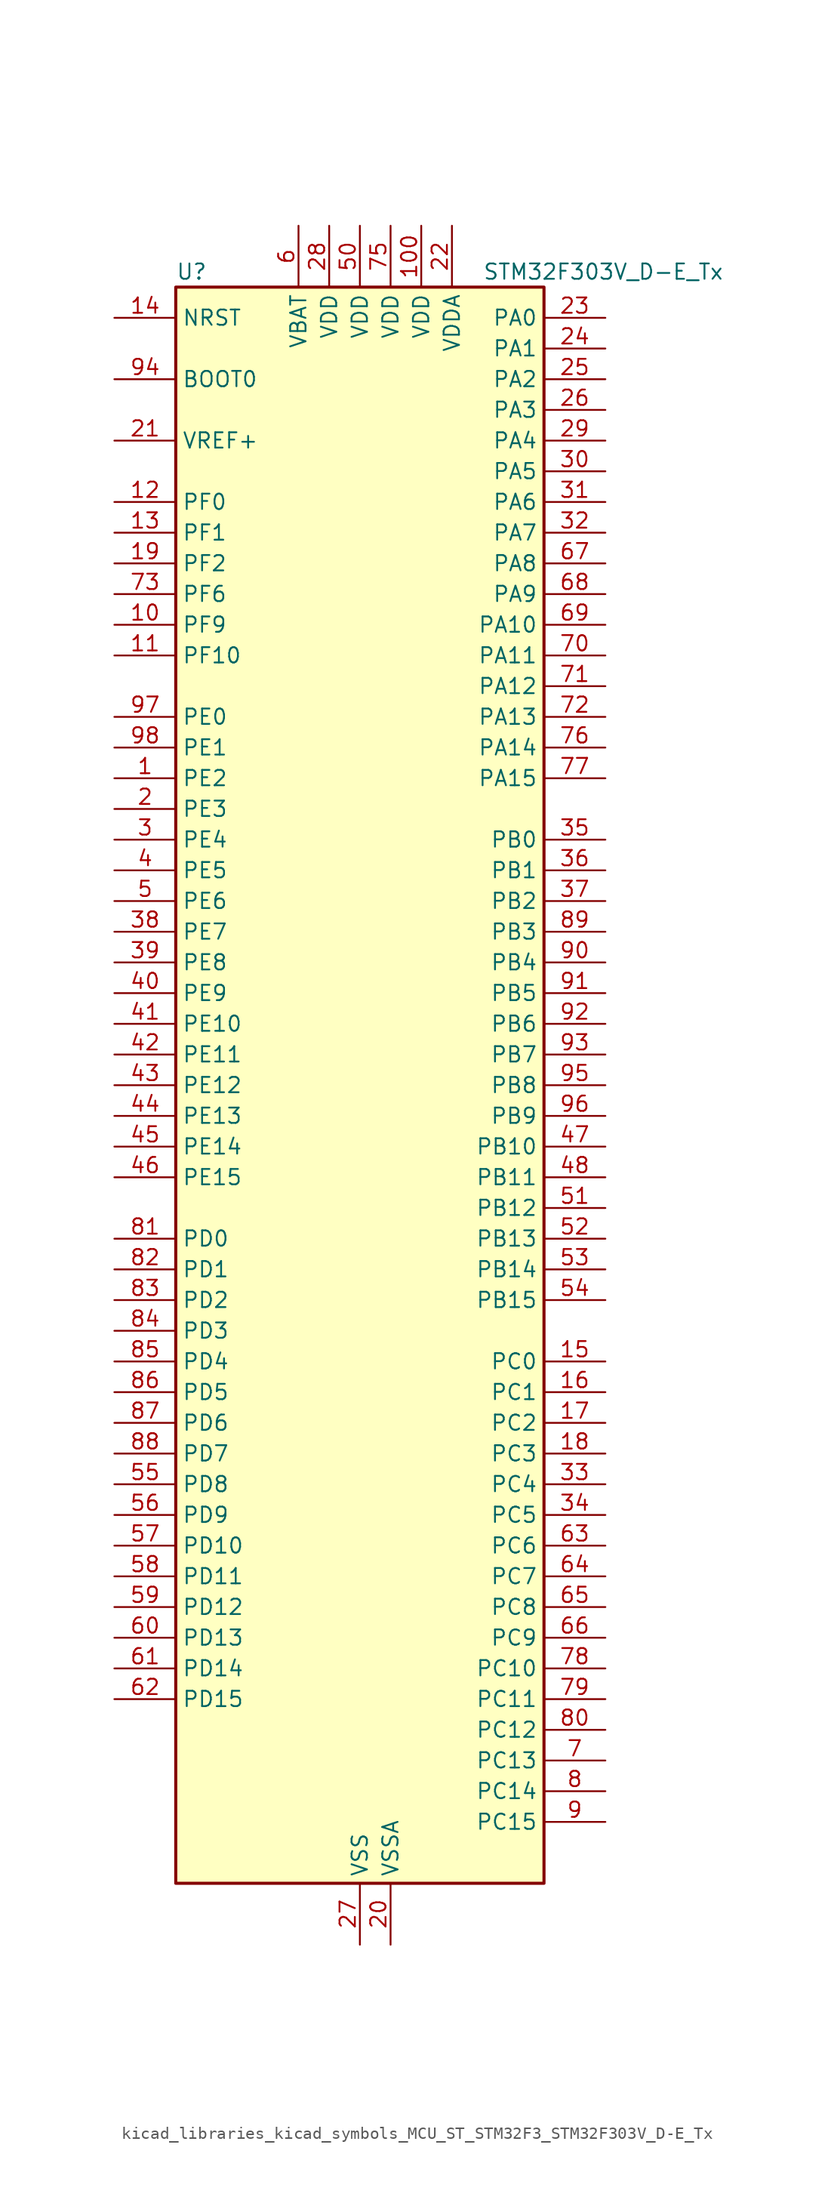
<source format=kicad_sym>
(kicad_symbol_lib
  (version 20220914)
  (generator kicad_symbol_editor)
  (symbol "kicad_libraries_kicad_symbols_MCU_ST_STM32F3_STM32F303V_D-E_Tx"
    (property "Reference" "U"
      (at -15.24 67.31 0)
      (effects (font (size 1.27 1.27)) (justify left)))
    (property "Value" "STM32F303V_D-E_Tx"
      (at 10.16 67.31 0)
      (effects (font (size 1.27 1.27)) (justify left)))
    (property "ki_locked" ""
      (at 0 0 0)
      (effects (font (size 1.27 1.27))))
    (symbol "kicad_libraries_kicad_symbols_MCU_ST_STM32F3_STM32F303V_D-E_Tx_0_1"
      (rectangle (start -15.24 -66.04) (end 15.24 66.04) (stroke (width 0.254) (type default)) (fill (type background))))
    (symbol "kicad_libraries_kicad_symbols_MCU_ST_STM32F3_STM32F303V_D-E_Tx_1_1"
      (pin bidirectional line (at -20.32 25.4 0) (length 5.08) (name "PE2" (effects (font (size 1.27 1.27)))) (number "1" (effects (font (size 1.27 1.27)))) (alternate "ADC3_EXTI2" bidirectional line) (alternate "ADC4_EXTI2" bidirectional line) (alternate "FMC_A23" bidirectional line) (alternate "SPI4_SCK" bidirectional line) (alternate "SYS_TRACECK" bidirectional line) (alternate "TIM20_CH1" bidirectional line) (alternate "TIM3_CH1" bidirectional line) (alternate "TSC_G7_IO1" bidirectional line))
      (pin bidirectional line (at -20.32 38.1 0) (length 5.08) (name "PF9" (effects (font (size 1.27 1.27)))) (number "10" (effects (font (size 1.27 1.27)))) (alternate "DAC1_EXTI9" bidirectional line) (alternate "FMC_CD" bidirectional line) (alternate "SPI2_SCK" bidirectional line) (alternate "TIM15_CH1" bidirectional line) (alternate "TIM20_BKIN" bidirectional line))
      (pin power_in line (at 5.08 71.12 270) (length 5.08) (name "VDD" (effects (font (size 1.27 1.27)))) (number "100" (effects (font (size 1.27 1.27)))))
      (pin bidirectional line (at -20.32 35.56 0) (length 5.08) (name "PF10" (effects (font (size 1.27 1.27)))) (number "11" (effects (font (size 1.27 1.27)))) (alternate "FMC_INTR" bidirectional line) (alternate "SPI2_SCK" bidirectional line) (alternate "TIM15_CH2" bidirectional line) (alternate "TIM20_BKIN2" bidirectional line))
      (pin bidirectional line (at -20.32 48.26 0) (length 5.08) (name "PF0" (effects (font (size 1.27 1.27)))) (number "12" (effects (font (size 1.27 1.27)))) (alternate "I2C2_SDA" bidirectional line) (alternate "I2S2_WS" bidirectional line) (alternate "RCC_OSC_IN" bidirectional line) (alternate "SPI2_NSS" bidirectional line) (alternate "TIM1_CH3N" bidirectional line))
      (pin bidirectional line (at -20.32 45.72 0) (length 5.08) (name "PF1" (effects (font (size 1.27 1.27)))) (number "13" (effects (font (size 1.27 1.27)))) (alternate "I2C2_SCL" bidirectional line) (alternate "I2S2_CK" bidirectional line) (alternate "RCC_OSC_OUT" bidirectional line) (alternate "SPI2_SCK" bidirectional line))
      (pin input line (at -20.32 63.5 0) (length 5.08) (name "NRST" (effects (font (size 1.27 1.27)))) (number "14" (effects (font (size 1.27 1.27)))))
      (pin bidirectional line (at 20.32 -22.86 180) (length 5.08) (name "PC0" (effects (font (size 1.27 1.27)))) (number "15" (effects (font (size 1.27 1.27)))) (alternate "ADC1_IN6" bidirectional line) (alternate "ADC2_IN6" bidirectional line) (alternate "COMP7_INM" bidirectional line) (alternate "TIM1_CH1" bidirectional line))
      (pin bidirectional line (at 20.32 -25.4 180) (length 5.08) (name "PC1" (effects (font (size 1.27 1.27)))) (number "16" (effects (font (size 1.27 1.27)))) (alternate "ADC1_IN7" bidirectional line) (alternate "ADC2_IN7" bidirectional line) (alternate "COMP7_INP" bidirectional line) (alternate "TIM1_CH2" bidirectional line))
      (pin bidirectional line (at 20.32 -27.94 180) (length 5.08) (name "PC2" (effects (font (size 1.27 1.27)))) (number "17" (effects (font (size 1.27 1.27)))) (alternate "ADC1_IN8" bidirectional line) (alternate "ADC2_IN8" bidirectional line) (alternate "ADC3_EXTI2" bidirectional line) (alternate "ADC4_EXTI2" bidirectional line) (alternate "COMP7_OUT" bidirectional line) (alternate "TIM1_CH3" bidirectional line))
      (pin bidirectional line (at 20.32 -30.48 180) (length 5.08) (name "PC3" (effects (font (size 1.27 1.27)))) (number "18" (effects (font (size 1.27 1.27)))) (alternate "ADC1_IN9" bidirectional line) (alternate "ADC2_IN9" bidirectional line) (alternate "TIM1_BKIN2" bidirectional line) (alternate "TIM1_CH4" bidirectional line))
      (pin bidirectional line (at -20.32 43.18 0) (length 5.08) (name "PF2" (effects (font (size 1.27 1.27)))) (number "19" (effects (font (size 1.27 1.27)))) (alternate "ADC1_IN10" bidirectional line) (alternate "ADC2_IN10" bidirectional line) (alternate "ADC3_EXTI2" bidirectional line) (alternate "ADC4_EXTI2" bidirectional line) (alternate "FMC_A2" bidirectional line) (alternate "TIM20_CH3" bidirectional line))
      (pin bidirectional line (at -20.32 22.86 0) (length 5.08) (name "PE3" (effects (font (size 1.27 1.27)))) (number "2" (effects (font (size 1.27 1.27)))) (alternate "FMC_A19" bidirectional line) (alternate "SPI4_NSS" bidirectional line) (alternate "SYS_TRACED0" bidirectional line) (alternate "TIM20_CH2" bidirectional line) (alternate "TIM3_CH2" bidirectional line) (alternate "TSC_G7_IO2" bidirectional line))
      (pin power_in line (at 2.54 -71.12 90) (length 5.08) (name "VSSA" (effects (font (size 1.27 1.27)))) (number "20" (effects (font (size 1.27 1.27)))))
      (pin input line (at -20.32 53.34 0) (length 5.08) (name "VREF+" (effects (font (size 1.27 1.27)))) (number "21" (effects (font (size 1.27 1.27)))))
      (pin power_in line (at 7.62 71.12 270) (length 5.08) (name "VDDA" (effects (font (size 1.27 1.27)))) (number "22" (effects (font (size 1.27 1.27)))))
      (pin bidirectional line (at 20.32 63.5 180) (length 5.08) (name "PA0" (effects (font (size 1.27 1.27)))) (number "23" (effects (font (size 1.27 1.27)))) (alternate "ADC1_IN1" bidirectional line) (alternate "COMP1_INM" bidirectional line) (alternate "COMP1_OUT" bidirectional line) (alternate "RTC_TAMP2" bidirectional line) (alternate "SYS_WKUP1" bidirectional line) (alternate "TIM2_CH1" bidirectional line) (alternate "TIM2_ETR" bidirectional line) (alternate "TIM8_BKIN" bidirectional line) (alternate "TIM8_ETR" bidirectional line) (alternate "TSC_G1_IO1" bidirectional line) (alternate "USART2_CTS" bidirectional line))
      (pin bidirectional line (at 20.32 60.96 180) (length 5.08) (name "PA1" (effects (font (size 1.27 1.27)))) (number "24" (effects (font (size 1.27 1.27)))) (alternate "ADC1_IN2" bidirectional line) (alternate "COMP1_INP" bidirectional line) (alternate "OPAMP1_VINP" bidirectional line) (alternate "OPAMP1_VINP_SEC" bidirectional line) (alternate "OPAMP3_VINP" bidirectional line) (alternate "OPAMP3_VINP_SEC" bidirectional line) (alternate "RTC_REFIN" bidirectional line) (alternate "TIM15_CH1N" bidirectional line) (alternate "TIM2_CH2" bidirectional line) (alternate "TSC_G1_IO2" bidirectional line) (alternate "USART2_DE" bidirectional line) (alternate "USART2_RTS" bidirectional line))
      (pin bidirectional line (at 20.32 58.42 180) (length 5.08) (name "PA2" (effects (font (size 1.27 1.27)))) (number "25" (effects (font (size 1.27 1.27)))) (alternate "ADC1_IN3" bidirectional line) (alternate "ADC3_EXTI2" bidirectional line) (alternate "ADC4_EXTI2" bidirectional line) (alternate "COMP2_INM" bidirectional line) (alternate "COMP2_OUT" bidirectional line) (alternate "OPAMP1_VOUT" bidirectional line) (alternate "TIM15_CH1" bidirectional line) (alternate "TIM2_CH3" bidirectional line) (alternate "TSC_G1_IO3" bidirectional line) (alternate "USART2_TX" bidirectional line))
      (pin bidirectional line (at 20.32 55.88 180) (length 5.08) (name "PA3" (effects (font (size 1.27 1.27)))) (number "26" (effects (font (size 1.27 1.27)))) (alternate "ADC1_IN4" bidirectional line) (alternate "OPAMP1_VINM" bidirectional line) (alternate "OPAMP1_VINM_SEC" bidirectional line) (alternate "OPAMP1_VINP" bidirectional line) (alternate "OPAMP1_VINP_SEC" bidirectional line) (alternate "TIM15_CH2" bidirectional line) (alternate "TIM2_CH4" bidirectional line) (alternate "TSC_G1_IO4" bidirectional line) (alternate "USART2_RX" bidirectional line))
      (pin power_in line (at 0 -71.12 90) (length 5.08) (name "VSS" (effects (font (size 1.27 1.27)))) (number "27" (effects (font (size 1.27 1.27)))))
      (pin power_in line (at -2.54 71.12 270) (length 5.08) (name "VDD" (effects (font (size 1.27 1.27)))) (number "28" (effects (font (size 1.27 1.27)))))
      (pin bidirectional line (at 20.32 53.34 180) (length 5.08) (name "PA4" (effects (font (size 1.27 1.27)))) (number "29" (effects (font (size 1.27 1.27)))) (alternate "ADC2_IN1" bidirectional line) (alternate "COMP1_INM" bidirectional line) (alternate "COMP2_INM" bidirectional line) (alternate "COMP3_INM" bidirectional line) (alternate "COMP4_INM" bidirectional line) (alternate "COMP5_INM" bidirectional line) (alternate "COMP6_INM" bidirectional line) (alternate "COMP7_INM" bidirectional line) (alternate "DAC1_OUT1" bidirectional line) (alternate "I2S3_WS" bidirectional line) (alternate "OPAMP4_VINP" bidirectional line) (alternate "OPAMP4_VINP_SEC" bidirectional line) (alternate "SPI1_NSS" bidirectional line) (alternate "SPI3_NSS" bidirectional line) (alternate "TIM3_CH2" bidirectional line) (alternate "TSC_G2_IO1" bidirectional line) (alternate "USART2_CK" bidirectional line))
      (pin bidirectional line (at -20.32 20.32 0) (length 5.08) (name "PE4" (effects (font (size 1.27 1.27)))) (number "3" (effects (font (size 1.27 1.27)))) (alternate "FMC_A20" bidirectional line) (alternate "SPI4_NSS" bidirectional line) (alternate "SYS_TRACED1" bidirectional line) (alternate "TIM20_CH1N" bidirectional line) (alternate "TIM3_CH3" bidirectional line) (alternate "TSC_G7_IO3" bidirectional line))
      (pin bidirectional line (at 20.32 50.8 180) (length 5.08) (name "PA5" (effects (font (size 1.27 1.27)))) (number "30" (effects (font (size 1.27 1.27)))) (alternate "ADC2_IN2" bidirectional line) (alternate "COMP1_INM" bidirectional line) (alternate "COMP2_INM" bidirectional line) (alternate "COMP3_INM" bidirectional line) (alternate "COMP4_INM" bidirectional line) (alternate "COMP5_INM" bidirectional line) (alternate "COMP6_INM" bidirectional line) (alternate "COMP7_INM" bidirectional line) (alternate "DAC1_OUT2" bidirectional line) (alternate "OPAMP1_VINP" bidirectional line) (alternate "OPAMP1_VINP_SEC" bidirectional line) (alternate "OPAMP2_VINM" bidirectional line) (alternate "OPAMP2_VINM_SEC" bidirectional line) (alternate "OPAMP3_VINP" bidirectional line) (alternate "OPAMP3_VINP_SEC" bidirectional line) (alternate "SPI1_SCK" bidirectional line) (alternate "TIM2_CH1" bidirectional line) (alternate "TIM2_ETR" bidirectional line) (alternate "TSC_G2_IO2" bidirectional line))
      (pin bidirectional line (at 20.32 48.26 180) (length 5.08) (name "PA6" (effects (font (size 1.27 1.27)))) (number "31" (effects (font (size 1.27 1.27)))) (alternate "ADC2_IN3" bidirectional line) (alternate "COMP1_OUT" bidirectional line) (alternate "OPAMP2_VOUT" bidirectional line) (alternate "SPI1_MISO" bidirectional line) (alternate "TIM16_CH1" bidirectional line) (alternate "TIM1_BKIN" bidirectional line) (alternate "TIM3_CH1" bidirectional line) (alternate "TIM8_BKIN" bidirectional line) (alternate "TSC_G2_IO3" bidirectional line))
      (pin bidirectional line (at 20.32 45.72 180) (length 5.08) (name "PA7" (effects (font (size 1.27 1.27)))) (number "32" (effects (font (size 1.27 1.27)))) (alternate "ADC2_IN4" bidirectional line) (alternate "COMP2_INP" bidirectional line) (alternate "OPAMP1_VINP" bidirectional line) (alternate "OPAMP1_VINP_SEC" bidirectional line) (alternate "OPAMP2_VINP" bidirectional line) (alternate "OPAMP2_VINP_SEC" bidirectional line) (alternate "SPI1_MOSI" bidirectional line) (alternate "TIM17_CH1" bidirectional line) (alternate "TIM1_CH1N" bidirectional line) (alternate "TIM3_CH2" bidirectional line) (alternate "TIM8_CH1N" bidirectional line) (alternate "TSC_G2_IO4" bidirectional line))
      (pin bidirectional line (at 20.32 -33.02 180) (length 5.08) (name "PC4" (effects (font (size 1.27 1.27)))) (number "33" (effects (font (size 1.27 1.27)))) (alternate "ADC2_IN5" bidirectional line) (alternate "TIM1_ETR" bidirectional line) (alternate "USART1_TX" bidirectional line))
      (pin bidirectional line (at 20.32 -35.56 180) (length 5.08) (name "PC5" (effects (font (size 1.27 1.27)))) (number "34" (effects (font (size 1.27 1.27)))) (alternate "ADC2_IN11" bidirectional line) (alternate "OPAMP1_VINM" bidirectional line) (alternate "OPAMP1_VINM_SEC" bidirectional line) (alternate "OPAMP2_VINM" bidirectional line) (alternate "OPAMP2_VINM_SEC" bidirectional line) (alternate "TIM15_BKIN" bidirectional line) (alternate "TSC_G3_IO1" bidirectional line) (alternate "USART1_RX" bidirectional line))
      (pin bidirectional line (at 20.32 20.32 180) (length 5.08) (name "PB0" (effects (font (size 1.27 1.27)))) (number "35" (effects (font (size 1.27 1.27)))) (alternate "ADC3_IN12" bidirectional line) (alternate "COMP4_INP" bidirectional line) (alternate "OPAMP2_VINP" bidirectional line) (alternate "OPAMP2_VINP_SEC" bidirectional line) (alternate "OPAMP3_VINP" bidirectional line) (alternate "OPAMP3_VINP_SEC" bidirectional line) (alternate "TIM1_CH2N" bidirectional line) (alternate "TIM3_CH3" bidirectional line) (alternate "TIM8_CH2N" bidirectional line) (alternate "TSC_G3_IO2" bidirectional line))
      (pin bidirectional line (at 20.32 17.78 180) (length 5.08) (name "PB1" (effects (font (size 1.27 1.27)))) (number "36" (effects (font (size 1.27 1.27)))) (alternate "ADC3_IN1" bidirectional line) (alternate "COMP4_OUT" bidirectional line) (alternate "OPAMP3_VOUT" bidirectional line) (alternate "TIM1_CH3N" bidirectional line) (alternate "TIM3_CH4" bidirectional line) (alternate "TIM8_CH3N" bidirectional line) (alternate "TSC_G3_IO3" bidirectional line))
      (pin bidirectional line (at 20.32 15.24 180) (length 5.08) (name "PB2" (effects (font (size 1.27 1.27)))) (number "37" (effects (font (size 1.27 1.27)))) (alternate "ADC2_IN12" bidirectional line) (alternate "ADC3_EXTI2" bidirectional line) (alternate "ADC4_EXTI2" bidirectional line) (alternate "COMP4_INM" bidirectional line) (alternate "OPAMP3_VINM" bidirectional line) (alternate "OPAMP3_VINM_SEC" bidirectional line) (alternate "TSC_G3_IO4" bidirectional line))
      (pin bidirectional line (at -20.32 12.7 0) (length 5.08) (name "PE7" (effects (font (size 1.27 1.27)))) (number "38" (effects (font (size 1.27 1.27)))) (alternate "ADC3_IN13" bidirectional line) (alternate "FMC_D4" bidirectional line) (alternate "FMC_DA4" bidirectional line) (alternate "TIM1_ETR" bidirectional line))
      (pin bidirectional line (at -20.32 10.16 0) (length 5.08) (name "PE8" (effects (font (size 1.27 1.27)))) (number "39" (effects (font (size 1.27 1.27)))) (alternate "ADC3_IN6" bidirectional line) (alternate "ADC4_IN6" bidirectional line) (alternate "COMP4_INM" bidirectional line) (alternate "FMC_D5" bidirectional line) (alternate "FMC_DA5" bidirectional line) (alternate "TIM1_CH1N" bidirectional line))
      (pin bidirectional line (at -20.32 17.78 0) (length 5.08) (name "PE5" (effects (font (size 1.27 1.27)))) (number "4" (effects (font (size 1.27 1.27)))) (alternate "FMC_A21" bidirectional line) (alternate "SPI4_MISO" bidirectional line) (alternate "SYS_TRACED2" bidirectional line) (alternate "TIM20_CH2N" bidirectional line) (alternate "TIM3_CH4" bidirectional line) (alternate "TSC_G7_IO4" bidirectional line))
      (pin bidirectional line (at -20.32 7.62 0) (length 5.08) (name "PE9" (effects (font (size 1.27 1.27)))) (number "40" (effects (font (size 1.27 1.27)))) (alternate "ADC3_IN2" bidirectional line) (alternate "DAC1_EXTI9" bidirectional line) (alternate "FMC_D6" bidirectional line) (alternate "FMC_DA6" bidirectional line) (alternate "TIM1_CH1" bidirectional line))
      (pin bidirectional line (at -20.32 5.08 0) (length 5.08) (name "PE10" (effects (font (size 1.27 1.27)))) (number "41" (effects (font (size 1.27 1.27)))) (alternate "ADC3_IN14" bidirectional line) (alternate "FMC_D7" bidirectional line) (alternate "FMC_DA7" bidirectional line) (alternate "TIM1_CH2N" bidirectional line))
      (pin bidirectional line (at -20.32 2.54 0) (length 5.08) (name "PE11" (effects (font (size 1.27 1.27)))) (number "42" (effects (font (size 1.27 1.27)))) (alternate "ADC1_EXTI11" bidirectional line) (alternate "ADC2_EXTI11" bidirectional line) (alternate "ADC3_IN15" bidirectional line) (alternate "FMC_D8" bidirectional line) (alternate "FMC_DA8" bidirectional line) (alternate "SPI4_NSS" bidirectional line) (alternate "TIM1_CH2" bidirectional line))
      (pin bidirectional line (at -20.32 0 0) (length 5.08) (name "PE12" (effects (font (size 1.27 1.27)))) (number "43" (effects (font (size 1.27 1.27)))) (alternate "ADC3_IN16" bidirectional line) (alternate "FMC_D9" bidirectional line) (alternate "FMC_DA9" bidirectional line) (alternate "SPI4_SCK" bidirectional line) (alternate "TIM1_CH3N" bidirectional line))
      (pin bidirectional line (at -20.32 -2.54 0) (length 5.08) (name "PE13" (effects (font (size 1.27 1.27)))) (number "44" (effects (font (size 1.27 1.27)))) (alternate "ADC3_IN3" bidirectional line) (alternate "FMC_D10" bidirectional line) (alternate "FMC_DA10" bidirectional line) (alternate "SPI4_MISO" bidirectional line) (alternate "TIM1_CH3" bidirectional line))
      (pin bidirectional line (at -20.32 -5.08 0) (length 5.08) (name "PE14" (effects (font (size 1.27 1.27)))) (number "45" (effects (font (size 1.27 1.27)))) (alternate "ADC4_IN1" bidirectional line) (alternate "FMC_D11" bidirectional line) (alternate "FMC_DA11" bidirectional line) (alternate "SPI4_MOSI" bidirectional line) (alternate "TIM1_BKIN2" bidirectional line) (alternate "TIM1_CH4" bidirectional line))
      (pin bidirectional line (at -20.32 -7.62 0) (length 5.08) (name "PE15" (effects (font (size 1.27 1.27)))) (number "46" (effects (font (size 1.27 1.27)))) (alternate "ADC1_EXTI15" bidirectional line) (alternate "ADC2_EXTI15" bidirectional line) (alternate "ADC3_EXTI15" bidirectional line) (alternate "ADC4_EXTI15" bidirectional line) (alternate "ADC4_IN2" bidirectional line) (alternate "FMC_D12" bidirectional line) (alternate "FMC_DA12" bidirectional line) (alternate "TIM1_BKIN" bidirectional line) (alternate "USART3_RX" bidirectional line))
      (pin bidirectional line (at 20.32 -5.08 180) (length 5.08) (name "PB10" (effects (font (size 1.27 1.27)))) (number "47" (effects (font (size 1.27 1.27)))) (alternate "COMP5_INM" bidirectional line) (alternate "OPAMP3_VINM" bidirectional line) (alternate "OPAMP3_VINM_SEC" bidirectional line) (alternate "OPAMP4_VINM" bidirectional line) (alternate "OPAMP4_VINM_SEC" bidirectional line) (alternate "TIM2_CH3" bidirectional line) (alternate "TSC_SYNC" bidirectional line) (alternate "USART3_TX" bidirectional line))
      (pin bidirectional line (at 20.32 -7.62 180) (length 5.08) (name "PB11" (effects (font (size 1.27 1.27)))) (number "48" (effects (font (size 1.27 1.27)))) (alternate "ADC1_EXTI11" bidirectional line) (alternate "ADC1_IN14" bidirectional line) (alternate "ADC2_EXTI11" bidirectional line) (alternate "ADC2_IN14" bidirectional line) (alternate "COMP6_INP" bidirectional line) (alternate "OPAMP4_VINP" bidirectional line) (alternate "OPAMP4_VINP_SEC" bidirectional line) (alternate "TIM2_CH4" bidirectional line) (alternate "TSC_G6_IO1" bidirectional line) (alternate "USART3_RX" bidirectional line))
      (pin passive line (at 0 -71.12 90) (length 5.08) hide (name "VSS" (effects (font (size 1.27 1.27)))) (number "49" (effects (font (size 1.27 1.27)))))
      (pin bidirectional line (at -20.32 15.24 0) (length 5.08) (name "PE6" (effects (font (size 1.27 1.27)))) (number "5" (effects (font (size 1.27 1.27)))) (alternate "FMC_A22" bidirectional line) (alternate "RTC_TAMP3" bidirectional line) (alternate "SPI4_MOSI" bidirectional line) (alternate "SYS_TRACED3" bidirectional line) (alternate "SYS_WKUP3" bidirectional line) (alternate "TIM20_CH3N" bidirectional line))
      (pin power_in line (at 0 71.12 270) (length 5.08) (name "VDD" (effects (font (size 1.27 1.27)))) (number "50" (effects (font (size 1.27 1.27)))))
      (pin bidirectional line (at 20.32 -10.16 180) (length 5.08) (name "PB12" (effects (font (size 1.27 1.27)))) (number "51" (effects (font (size 1.27 1.27)))) (alternate "ADC4_IN3" bidirectional line) (alternate "COMP3_INM" bidirectional line) (alternate "I2C2_SMBA" bidirectional line) (alternate "I2S2_WS" bidirectional line) (alternate "OPAMP4_VOUT" bidirectional line) (alternate "SPI2_NSS" bidirectional line) (alternate "TIM1_BKIN" bidirectional line) (alternate "TSC_G6_IO2" bidirectional line) (alternate "USART3_CK" bidirectional line))
      (pin bidirectional line (at 20.32 -12.7 180) (length 5.08) (name "PB13" (effects (font (size 1.27 1.27)))) (number "52" (effects (font (size 1.27 1.27)))) (alternate "ADC3_IN5" bidirectional line) (alternate "COMP5_INP" bidirectional line) (alternate "I2S2_CK" bidirectional line) (alternate "OPAMP3_VINP" bidirectional line) (alternate "OPAMP3_VINP_SEC" bidirectional line) (alternate "OPAMP4_VINP" bidirectional line) (alternate "OPAMP4_VINP_SEC" bidirectional line) (alternate "SPI2_SCK" bidirectional line) (alternate "TIM1_CH1N" bidirectional line) (alternate "TSC_G6_IO3" bidirectional line) (alternate "USART3_CTS" bidirectional line))
      (pin bidirectional line (at 20.32 -15.24 180) (length 5.08) (name "PB14" (effects (font (size 1.27 1.27)))) (number "53" (effects (font (size 1.27 1.27)))) (alternate "ADC4_IN4" bidirectional line) (alternate "COMP3_INP" bidirectional line) (alternate "I2S2_ext_SD" bidirectional line) (alternate "OPAMP2_VINP" bidirectional line) (alternate "OPAMP2_VINP_SEC" bidirectional line) (alternate "SPI2_MISO" bidirectional line) (alternate "TIM15_CH1" bidirectional line) (alternate "TIM1_CH2N" bidirectional line) (alternate "TSC_G6_IO4" bidirectional line) (alternate "USART3_DE" bidirectional line) (alternate "USART3_RTS" bidirectional line))
      (pin bidirectional line (at 20.32 -17.78 180) (length 5.08) (name "PB15" (effects (font (size 1.27 1.27)))) (number "54" (effects (font (size 1.27 1.27)))) (alternate "ADC1_EXTI15" bidirectional line) (alternate "ADC2_EXTI15" bidirectional line) (alternate "ADC3_EXTI15" bidirectional line) (alternate "ADC4_EXTI15" bidirectional line) (alternate "ADC4_IN5" bidirectional line) (alternate "COMP6_INM" bidirectional line) (alternate "I2S2_SD" bidirectional line) (alternate "RTC_REFIN" bidirectional line) (alternate "SPI2_MOSI" bidirectional line) (alternate "TIM15_CH1N" bidirectional line) (alternate "TIM15_CH2" bidirectional line) (alternate "TIM1_CH3N" bidirectional line))
      (pin bidirectional line (at -20.32 -33.02 0) (length 5.08) (name "PD8" (effects (font (size 1.27 1.27)))) (number "55" (effects (font (size 1.27 1.27)))) (alternate "ADC4_IN12" bidirectional line) (alternate "FMC_D13" bidirectional line) (alternate "FMC_DA13" bidirectional line) (alternate "OPAMP4_VINM" bidirectional line) (alternate "OPAMP4_VINM_SEC" bidirectional line) (alternate "USART3_TX" bidirectional line))
      (pin bidirectional line (at -20.32 -35.56 0) (length 5.08) (name "PD9" (effects (font (size 1.27 1.27)))) (number "56" (effects (font (size 1.27 1.27)))) (alternate "ADC4_IN13" bidirectional line) (alternate "DAC1_EXTI9" bidirectional line) (alternate "FMC_D14" bidirectional line) (alternate "FMC_DA14" bidirectional line) (alternate "USART3_RX" bidirectional line))
      (pin bidirectional line (at -20.32 -38.1 0) (length 5.08) (name "PD10" (effects (font (size 1.27 1.27)))) (number "57" (effects (font (size 1.27 1.27)))) (alternate "ADC3_IN7" bidirectional line) (alternate "ADC4_IN7" bidirectional line) (alternate "COMP6_INM" bidirectional line) (alternate "FMC_D15" bidirectional line) (alternate "FMC_DA15" bidirectional line) (alternate "USART3_CK" bidirectional line))
      (pin bidirectional line (at -20.32 -40.64 0) (length 5.08) (name "PD11" (effects (font (size 1.27 1.27)))) (number "58" (effects (font (size 1.27 1.27)))) (alternate "ADC1_EXTI11" bidirectional line) (alternate "ADC2_EXTI11" bidirectional line) (alternate "ADC3_IN8" bidirectional line) (alternate "ADC4_IN8" bidirectional line) (alternate "FMC_A16" bidirectional line) (alternate "FMC_CLE" bidirectional line) (alternate "OPAMP4_VINP" bidirectional line) (alternate "OPAMP4_VINP_SEC" bidirectional line) (alternate "USART3_CTS" bidirectional line))
      (pin bidirectional line (at -20.32 -43.18 0) (length 5.08) (name "PD12" (effects (font (size 1.27 1.27)))) (number "59" (effects (font (size 1.27 1.27)))) (alternate "ADC3_IN9" bidirectional line) (alternate "ADC4_IN9" bidirectional line) (alternate "FMC_A17" bidirectional line) (alternate "FMC_ALE" bidirectional line) (alternate "TIM4_CH1" bidirectional line) (alternate "TSC_G8_IO1" bidirectional line) (alternate "USART3_DE" bidirectional line) (alternate "USART3_RTS" bidirectional line))
      (pin power_in line (at -5.08 71.12 270) (length 5.08) (name "VBAT" (effects (font (size 1.27 1.27)))) (number "6" (effects (font (size 1.27 1.27)))))
      (pin bidirectional line (at -20.32 -45.72 0) (length 5.08) (name "PD13" (effects (font (size 1.27 1.27)))) (number "60" (effects (font (size 1.27 1.27)))) (alternate "ADC3_IN10" bidirectional line) (alternate "ADC4_IN10" bidirectional line) (alternate "COMP5_INM" bidirectional line) (alternate "FMC_A18" bidirectional line) (alternate "TIM4_CH2" bidirectional line) (alternate "TSC_G8_IO2" bidirectional line))
      (pin bidirectional line (at -20.32 -48.26 0) (length 5.08) (name "PD14" (effects (font (size 1.27 1.27)))) (number "61" (effects (font (size 1.27 1.27)))) (alternate "ADC3_IN11" bidirectional line) (alternate "ADC4_IN11" bidirectional line) (alternate "FMC_D0" bidirectional line) (alternate "FMC_DA0" bidirectional line) (alternate "OPAMP2_VINP" bidirectional line) (alternate "OPAMP2_VINP_SEC" bidirectional line) (alternate "TIM4_CH3" bidirectional line) (alternate "TSC_G8_IO3" bidirectional line))
      (pin bidirectional line (at -20.32 -50.8 0) (length 5.08) (name "PD15" (effects (font (size 1.27 1.27)))) (number "62" (effects (font (size 1.27 1.27)))) (alternate "ADC1_EXTI15" bidirectional line) (alternate "ADC2_EXTI15" bidirectional line) (alternate "ADC3_EXTI15" bidirectional line) (alternate "ADC4_EXTI15" bidirectional line) (alternate "COMP3_INM" bidirectional line) (alternate "FMC_D1" bidirectional line) (alternate "FMC_DA1" bidirectional line) (alternate "SPI2_NSS" bidirectional line) (alternate "TIM4_CH4" bidirectional line) (alternate "TSC_G8_IO4" bidirectional line))
      (pin bidirectional line (at 20.32 -38.1 180) (length 5.08) (name "PC6" (effects (font (size 1.27 1.27)))) (number "63" (effects (font (size 1.27 1.27)))) (alternate "COMP6_OUT" bidirectional line) (alternate "I2S2_MCK" bidirectional line) (alternate "TIM3_CH1" bidirectional line) (alternate "TIM8_CH1" bidirectional line))
      (pin bidirectional line (at 20.32 -40.64 180) (length 5.08) (name "PC7" (effects (font (size 1.27 1.27)))) (number "64" (effects (font (size 1.27 1.27)))) (alternate "COMP5_OUT" bidirectional line) (alternate "I2S3_MCK" bidirectional line) (alternate "TIM3_CH2" bidirectional line) (alternate "TIM8_CH2" bidirectional line))
      (pin bidirectional line (at 20.32 -43.18 180) (length 5.08) (name "PC8" (effects (font (size 1.27 1.27)))) (number "65" (effects (font (size 1.27 1.27)))) (alternate "COMP3_OUT" bidirectional line) (alternate "TIM3_CH3" bidirectional line) (alternate "TIM8_CH3" bidirectional line))
      (pin bidirectional line (at 20.32 -45.72 180) (length 5.08) (name "PC9" (effects (font (size 1.27 1.27)))) (number "66" (effects (font (size 1.27 1.27)))) (alternate "DAC1_EXTI9" bidirectional line) (alternate "I2C3_SDA" bidirectional line) (alternate "I2S_CKIN" bidirectional line) (alternate "TIM3_CH4" bidirectional line) (alternate "TIM8_BKIN2" bidirectional line) (alternate "TIM8_CH4" bidirectional line))
      (pin bidirectional line (at 20.32 43.18 180) (length 5.08) (name "PA8" (effects (font (size 1.27 1.27)))) (number "67" (effects (font (size 1.27 1.27)))) (alternate "COMP3_OUT" bidirectional line) (alternate "I2C2_SMBA" bidirectional line) (alternate "I2C3_SCL" bidirectional line) (alternate "I2S2_MCK" bidirectional line) (alternate "RCC_MCO" bidirectional line) (alternate "TIM1_CH1" bidirectional line) (alternate "TIM4_ETR" bidirectional line) (alternate "USART1_CK" bidirectional line))
      (pin bidirectional line (at 20.32 40.64 180) (length 5.08) (name "PA9" (effects (font (size 1.27 1.27)))) (number "68" (effects (font (size 1.27 1.27)))) (alternate "COMP5_OUT" bidirectional line) (alternate "DAC1_EXTI9" bidirectional line) (alternate "I2C2_SCL" bidirectional line) (alternate "I2C3_SMBA" bidirectional line) (alternate "I2S3_MCK" bidirectional line) (alternate "TIM15_BKIN" bidirectional line) (alternate "TIM1_CH2" bidirectional line) (alternate "TIM2_CH3" bidirectional line) (alternate "TSC_G4_IO1" bidirectional line) (alternate "USART1_TX" bidirectional line))
      (pin bidirectional line (at 20.32 38.1 180) (length 5.08) (name "PA10" (effects (font (size 1.27 1.27)))) (number "69" (effects (font (size 1.27 1.27)))) (alternate "COMP6_OUT" bidirectional line) (alternate "I2C2_SDA" bidirectional line) (alternate "I2S2_ext_SD" bidirectional line) (alternate "SPI2_MISO" bidirectional line) (alternate "TIM17_BKIN" bidirectional line) (alternate "TIM1_CH3" bidirectional line) (alternate "TIM2_CH4" bidirectional line) (alternate "TIM8_BKIN" bidirectional line) (alternate "TSC_G4_IO2" bidirectional line) (alternate "USART1_RX" bidirectional line))
      (pin bidirectional line (at 20.32 -55.88 180) (length 5.08) (name "PC13" (effects (font (size 1.27 1.27)))) (number "7" (effects (font (size 1.27 1.27)))) (alternate "RTC_OUT_ALARM" bidirectional line) (alternate "RTC_OUT_CALIB" bidirectional line) (alternate "RTC_TAMP1" bidirectional line) (alternate "RTC_TS" bidirectional line) (alternate "SYS_WKUP2" bidirectional line) (alternate "TIM1_CH1N" bidirectional line))
      (pin bidirectional line (at 20.32 35.56 180) (length 5.08) (name "PA11" (effects (font (size 1.27 1.27)))) (number "70" (effects (font (size 1.27 1.27)))) (alternate "ADC1_EXTI11" bidirectional line) (alternate "ADC2_EXTI11" bidirectional line) (alternate "CAN_RX" bidirectional line) (alternate "COMP1_OUT" bidirectional line) (alternate "I2S2_SD" bidirectional line) (alternate "SPI2_MOSI" bidirectional line) (alternate "TIM1_BKIN2" bidirectional line) (alternate "TIM1_CH1N" bidirectional line) (alternate "TIM1_CH4" bidirectional line) (alternate "TIM4_CH1" bidirectional line) (alternate "USART1_CTS" bidirectional line) (alternate "USB_DM" bidirectional line))
      (pin bidirectional line (at 20.32 33.02 180) (length 5.08) (name "PA12" (effects (font (size 1.27 1.27)))) (number "71" (effects (font (size 1.27 1.27)))) (alternate "CAN_TX" bidirectional line) (alternate "COMP2_OUT" bidirectional line) (alternate "I2S_CKIN" bidirectional line) (alternate "TIM16_CH1" bidirectional line) (alternate "TIM1_CH2N" bidirectional line) (alternate "TIM1_ETR" bidirectional line) (alternate "TIM4_CH2" bidirectional line) (alternate "USART1_DE" bidirectional line) (alternate "USART1_RTS" bidirectional line) (alternate "USB_DP" bidirectional line))
      (pin bidirectional line (at 20.32 30.48 180) (length 5.08) (name "PA13" (effects (font (size 1.27 1.27)))) (number "72" (effects (font (size 1.27 1.27)))) (alternate "IR_OUT" bidirectional line) (alternate "SYS_JTMS-SWDIO" bidirectional line) (alternate "TIM16_CH1N" bidirectional line) (alternate "TIM4_CH3" bidirectional line) (alternate "TSC_G4_IO3" bidirectional line) (alternate "USART3_CTS" bidirectional line))
      (pin bidirectional line (at -20.32 40.64 0) (length 5.08) (name "PF6" (effects (font (size 1.27 1.27)))) (number "73" (effects (font (size 1.27 1.27)))) (alternate "FMC_NIORD" bidirectional line) (alternate "I2C2_SCL" bidirectional line) (alternate "TIM4_CH4" bidirectional line) (alternate "USART3_DE" bidirectional line) (alternate "USART3_RTS" bidirectional line))
      (pin passive line (at 0 -71.12 90) (length 5.08) hide (name "VSS" (effects (font (size 1.27 1.27)))) (number "74" (effects (font (size 1.27 1.27)))))
      (pin power_in line (at 2.54 71.12 270) (length 5.08) (name "VDD" (effects (font (size 1.27 1.27)))) (number "75" (effects (font (size 1.27 1.27)))))
      (pin bidirectional line (at 20.32 27.94 180) (length 5.08) (name "PA14" (effects (font (size 1.27 1.27)))) (number "76" (effects (font (size 1.27 1.27)))) (alternate "I2C1_SDA" bidirectional line) (alternate "SYS_JTCK-SWCLK" bidirectional line) (alternate "TIM1_BKIN" bidirectional line) (alternate "TIM8_CH2" bidirectional line) (alternate "TSC_G4_IO4" bidirectional line) (alternate "USART2_TX" bidirectional line))
      (pin bidirectional line (at 20.32 25.4 180) (length 5.08) (name "PA15" (effects (font (size 1.27 1.27)))) (number "77" (effects (font (size 1.27 1.27)))) (alternate "ADC1_EXTI15" bidirectional line) (alternate "ADC2_EXTI15" bidirectional line) (alternate "ADC3_EXTI15" bidirectional line) (alternate "ADC4_EXTI15" bidirectional line) (alternate "I2C1_SCL" bidirectional line) (alternate "I2S3_WS" bidirectional line) (alternate "SPI1_NSS" bidirectional line) (alternate "SPI3_NSS" bidirectional line) (alternate "SYS_JTDI" bidirectional line) (alternate "TIM1_BKIN" bidirectional line) (alternate "TIM2_CH1" bidirectional line) (alternate "TIM2_ETR" bidirectional line) (alternate "TIM8_CH1" bidirectional line) (alternate "TSC_SYNC" bidirectional line) (alternate "USART2_RX" bidirectional line))
      (pin bidirectional line (at 20.32 -48.26 180) (length 5.08) (name "PC10" (effects (font (size 1.27 1.27)))) (number "78" (effects (font (size 1.27 1.27)))) (alternate "I2S3_CK" bidirectional line) (alternate "SPI3_SCK" bidirectional line) (alternate "TIM8_CH1N" bidirectional line) (alternate "UART4_TX" bidirectional line) (alternate "USART3_TX" bidirectional line))
      (pin bidirectional line (at 20.32 -50.8 180) (length 5.08) (name "PC11" (effects (font (size 1.27 1.27)))) (number "79" (effects (font (size 1.27 1.27)))) (alternate "ADC1_EXTI11" bidirectional line) (alternate "ADC2_EXTI11" bidirectional line) (alternate "I2S3_ext_SD" bidirectional line) (alternate "SPI3_MISO" bidirectional line) (alternate "TIM8_CH2N" bidirectional line) (alternate "UART4_RX" bidirectional line) (alternate "USART3_RX" bidirectional line))
      (pin bidirectional line (at 20.32 -58.42 180) (length 5.08) (name "PC14" (effects (font (size 1.27 1.27)))) (number "8" (effects (font (size 1.27 1.27)))) (alternate "RCC_OSC32_IN" bidirectional line))
      (pin bidirectional line (at 20.32 -53.34 180) (length 5.08) (name "PC12" (effects (font (size 1.27 1.27)))) (number "80" (effects (font (size 1.27 1.27)))) (alternate "I2S3_SD" bidirectional line) (alternate "SPI3_MOSI" bidirectional line) (alternate "TIM8_CH3N" bidirectional line) (alternate "UART5_TX" bidirectional line) (alternate "USART3_CK" bidirectional line))
      (pin bidirectional line (at -20.32 -12.7 0) (length 5.08) (name "PD0" (effects (font (size 1.27 1.27)))) (number "81" (effects (font (size 1.27 1.27)))) (alternate "CAN_RX" bidirectional line) (alternate "FMC_D2" bidirectional line) (alternate "FMC_DA2" bidirectional line))
      (pin bidirectional line (at -20.32 -15.24 0) (length 5.08) (name "PD1" (effects (font (size 1.27 1.27)))) (number "82" (effects (font (size 1.27 1.27)))) (alternate "CAN_TX" bidirectional line) (alternate "FMC_D3" bidirectional line) (alternate "FMC_DA3" bidirectional line) (alternate "TIM8_BKIN2" bidirectional line) (alternate "TIM8_CH4" bidirectional line))
      (pin bidirectional line (at -20.32 -17.78 0) (length 5.08) (name "PD2" (effects (font (size 1.27 1.27)))) (number "83" (effects (font (size 1.27 1.27)))) (alternate "ADC3_EXTI2" bidirectional line) (alternate "ADC4_EXTI2" bidirectional line) (alternate "TIM3_ETR" bidirectional line) (alternate "TIM8_BKIN" bidirectional line) (alternate "UART5_RX" bidirectional line))
      (pin bidirectional line (at -20.32 -20.32 0) (length 5.08) (name "PD3" (effects (font (size 1.27 1.27)))) (number "84" (effects (font (size 1.27 1.27)))) (alternate "FMC_CLK" bidirectional line) (alternate "TIM2_CH1" bidirectional line) (alternate "TIM2_ETR" bidirectional line) (alternate "USART2_CTS" bidirectional line))
      (pin bidirectional line (at -20.32 -22.86 0) (length 5.08) (name "PD4" (effects (font (size 1.27 1.27)))) (number "85" (effects (font (size 1.27 1.27)))) (alternate "FMC_NOE" bidirectional line) (alternate "TIM2_CH2" bidirectional line) (alternate "USART2_DE" bidirectional line) (alternate "USART2_RTS" bidirectional line))
      (pin bidirectional line (at -20.32 -25.4 0) (length 5.08) (name "PD5" (effects (font (size 1.27 1.27)))) (number "86" (effects (font (size 1.27 1.27)))) (alternate "FMC_NWE" bidirectional line) (alternate "USART2_TX" bidirectional line))
      (pin bidirectional line (at -20.32 -27.94 0) (length 5.08) (name "PD6" (effects (font (size 1.27 1.27)))) (number "87" (effects (font (size 1.27 1.27)))) (alternate "FMC_NWAIT" bidirectional line) (alternate "TIM2_CH4" bidirectional line) (alternate "USART2_RX" bidirectional line))
      (pin bidirectional line (at -20.32 -30.48 0) (length 5.08) (name "PD7" (effects (font (size 1.27 1.27)))) (number "88" (effects (font (size 1.27 1.27)))) (alternate "FMC_NCE2" bidirectional line) (alternate "FMC_NE1" bidirectional line) (alternate "TIM2_CH3" bidirectional line) (alternate "USART2_CK" bidirectional line))
      (pin bidirectional line (at 20.32 12.7 180) (length 5.08) (name "PB3" (effects (font (size 1.27 1.27)))) (number "89" (effects (font (size 1.27 1.27)))) (alternate "I2S3_CK" bidirectional line) (alternate "SPI1_SCK" bidirectional line) (alternate "SPI3_SCK" bidirectional line) (alternate "SYS_JTDO-TRACESWO" bidirectional line) (alternate "TIM2_CH2" bidirectional line) (alternate "TIM3_ETR" bidirectional line) (alternate "TIM4_ETR" bidirectional line) (alternate "TIM8_CH1N" bidirectional line) (alternate "TSC_G5_IO1" bidirectional line) (alternate "USART2_TX" bidirectional line))
      (pin bidirectional line (at 20.32 -60.96 180) (length 5.08) (name "PC15" (effects (font (size 1.27 1.27)))) (number "9" (effects (font (size 1.27 1.27)))) (alternate "ADC1_EXTI15" bidirectional line) (alternate "ADC2_EXTI15" bidirectional line) (alternate "ADC3_EXTI15" bidirectional line) (alternate "ADC4_EXTI15" bidirectional line) (alternate "RCC_OSC32_OUT" bidirectional line))
      (pin bidirectional line (at 20.32 10.16 180) (length 5.08) (name "PB4" (effects (font (size 1.27 1.27)))) (number "90" (effects (font (size 1.27 1.27)))) (alternate "I2S3_ext_SD" bidirectional line) (alternate "SPI1_MISO" bidirectional line) (alternate "SPI3_MISO" bidirectional line) (alternate "SYS_NJTRST" bidirectional line) (alternate "TIM16_CH1" bidirectional line) (alternate "TIM17_BKIN" bidirectional line) (alternate "TIM3_CH1" bidirectional line) (alternate "TIM8_CH2N" bidirectional line) (alternate "TSC_G5_IO2" bidirectional line) (alternate "USART2_RX" bidirectional line))
      (pin bidirectional line (at 20.32 7.62 180) (length 5.08) (name "PB5" (effects (font (size 1.27 1.27)))) (number "91" (effects (font (size 1.27 1.27)))) (alternate "I2C1_SMBA" bidirectional line) (alternate "I2C3_SDA" bidirectional line) (alternate "I2S3_SD" bidirectional line) (alternate "SPI1_MOSI" bidirectional line) (alternate "SPI3_MOSI" bidirectional line) (alternate "TIM16_BKIN" bidirectional line) (alternate "TIM17_CH1" bidirectional line) (alternate "TIM3_CH2" bidirectional line) (alternate "TIM8_CH3N" bidirectional line) (alternate "USART2_CK" bidirectional line))
      (pin bidirectional line (at 20.32 5.08 180) (length 5.08) (name "PB6" (effects (font (size 1.27 1.27)))) (number "92" (effects (font (size 1.27 1.27)))) (alternate "I2C1_SCL" bidirectional line) (alternate "TIM16_CH1N" bidirectional line) (alternate "TIM4_CH1" bidirectional line) (alternate "TIM8_BKIN2" bidirectional line) (alternate "TIM8_CH1" bidirectional line) (alternate "TIM8_ETR" bidirectional line) (alternate "TSC_G5_IO3" bidirectional line) (alternate "USART1_TX" bidirectional line))
      (pin bidirectional line (at 20.32 2.54 180) (length 5.08) (name "PB7" (effects (font (size 1.27 1.27)))) (number "93" (effects (font (size 1.27 1.27)))) (alternate "FMC_NL" bidirectional line) (alternate "I2C1_SDA" bidirectional line) (alternate "TIM17_CH1N" bidirectional line) (alternate "TIM3_CH4" bidirectional line) (alternate "TIM4_CH2" bidirectional line) (alternate "TIM8_BKIN" bidirectional line) (alternate "TSC_G5_IO4" bidirectional line) (alternate "USART1_RX" bidirectional line))
      (pin input line (at -20.32 58.42 0) (length 5.08) (name "BOOT0" (effects (font (size 1.27 1.27)))) (number "94" (effects (font (size 1.27 1.27)))))
      (pin bidirectional line (at 20.32 0 180) (length 5.08) (name "PB8" (effects (font (size 1.27 1.27)))) (number "95" (effects (font (size 1.27 1.27)))) (alternate "CAN_RX" bidirectional line) (alternate "COMP1_OUT" bidirectional line) (alternate "I2C1_SCL" bidirectional line) (alternate "TIM16_CH1" bidirectional line) (alternate "TIM1_BKIN" bidirectional line) (alternate "TIM4_CH3" bidirectional line) (alternate "TIM8_CH2" bidirectional line) (alternate "TSC_SYNC" bidirectional line) (alternate "USART3_RX" bidirectional line))
      (pin bidirectional line (at 20.32 -2.54 180) (length 5.08) (name "PB9" (effects (font (size 1.27 1.27)))) (number "96" (effects (font (size 1.27 1.27)))) (alternate "CAN_TX" bidirectional line) (alternate "COMP2_OUT" bidirectional line) (alternate "DAC1_EXTI9" bidirectional line) (alternate "I2C1_SDA" bidirectional line) (alternate "IR_OUT" bidirectional line) (alternate "TIM17_CH1" bidirectional line) (alternate "TIM4_CH4" bidirectional line) (alternate "TIM8_CH3" bidirectional line) (alternate "USART3_TX" bidirectional line))
      (pin bidirectional line (at -20.32 30.48 0) (length 5.08) (name "PE0" (effects (font (size 1.27 1.27)))) (number "97" (effects (font (size 1.27 1.27)))) (alternate "FMC_NBL0" bidirectional line) (alternate "TIM16_CH1" bidirectional line) (alternate "TIM20_ETR" bidirectional line) (alternate "TIM4_ETR" bidirectional line) (alternate "USART1_TX" bidirectional line))
      (pin bidirectional line (at -20.32 27.94 0) (length 5.08) (name "PE1" (effects (font (size 1.27 1.27)))) (number "98" (effects (font (size 1.27 1.27)))) (alternate "FMC_NBL1" bidirectional line) (alternate "TIM17_CH1" bidirectional line) (alternate "TIM20_CH4" bidirectional line) (alternate "USART1_RX" bidirectional line))
      (pin passive line (at 0 -71.12 90) (length 5.08) hide (name "VSS" (effects (font (size 1.27 1.27)))) (number "99" (effects (font (size 1.27 1.27))))))))
</source>
